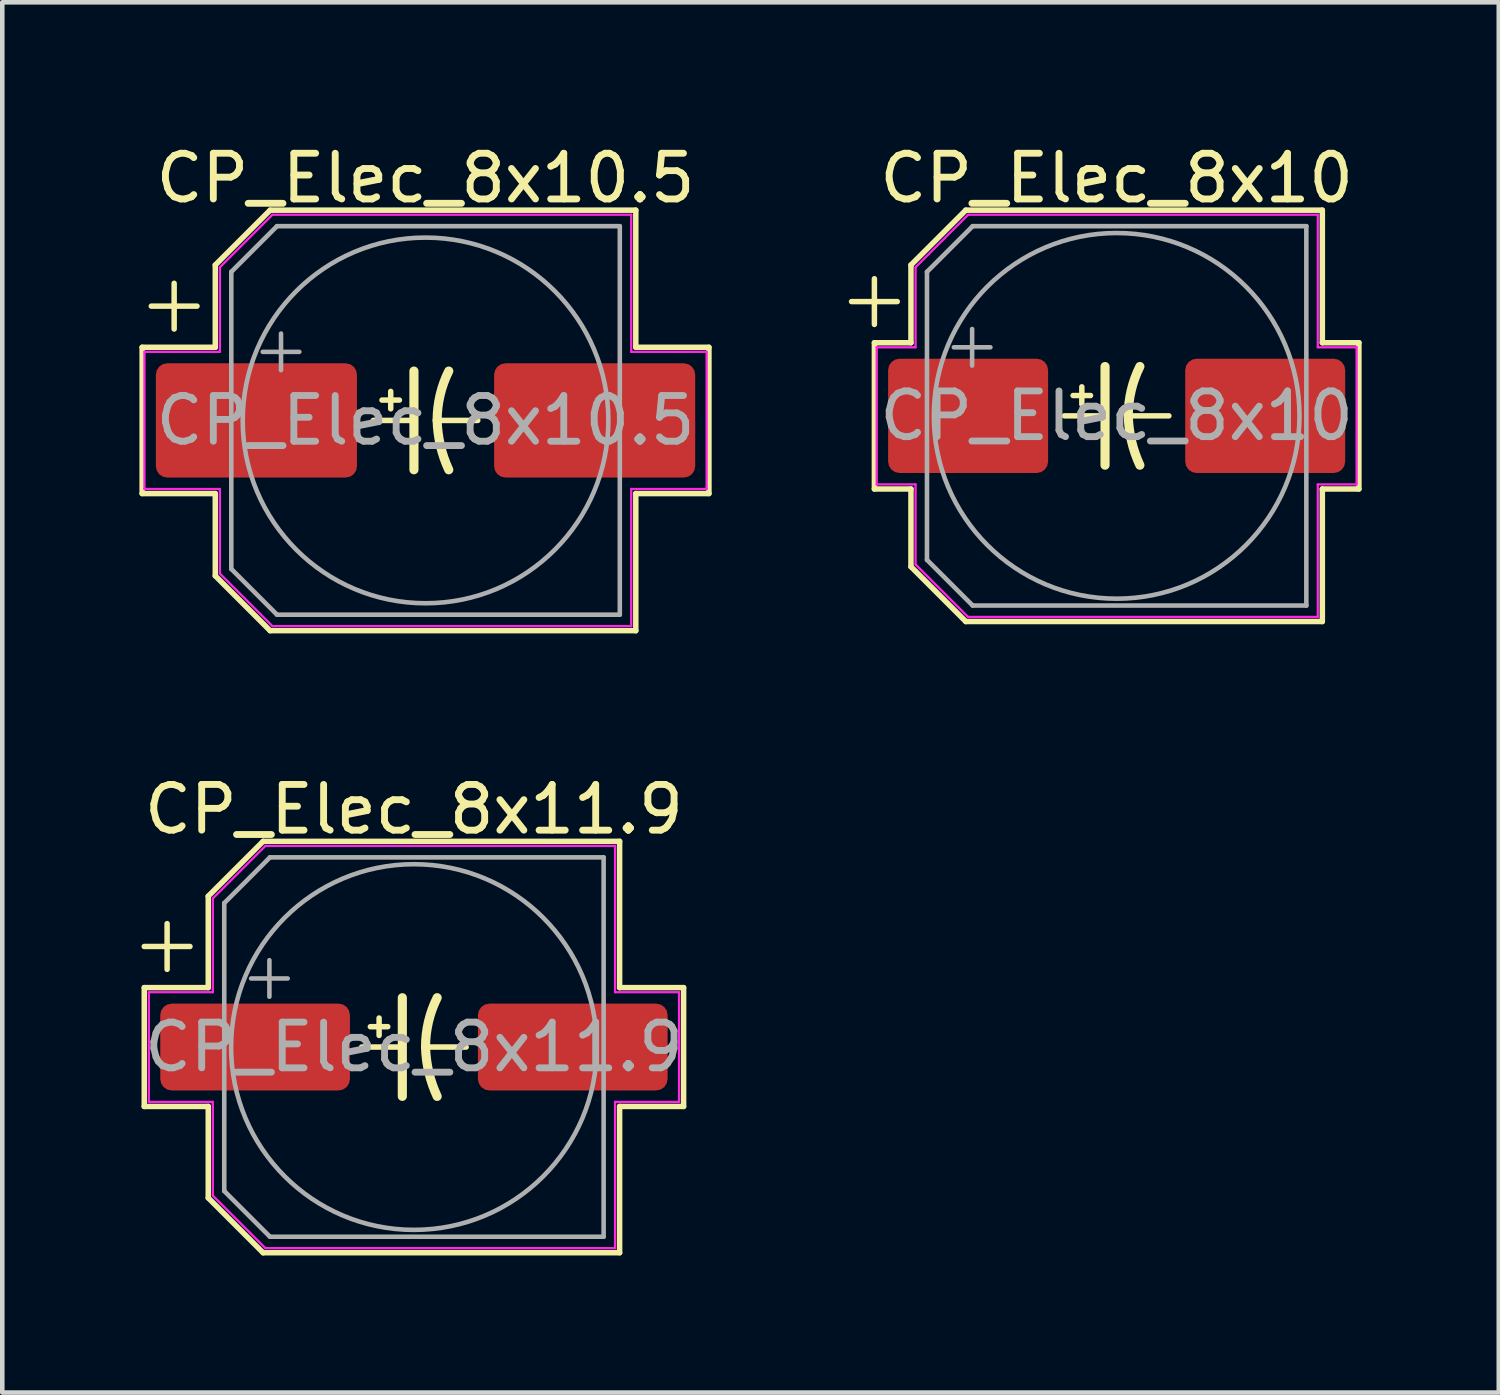
<source format=kicad_pcb>
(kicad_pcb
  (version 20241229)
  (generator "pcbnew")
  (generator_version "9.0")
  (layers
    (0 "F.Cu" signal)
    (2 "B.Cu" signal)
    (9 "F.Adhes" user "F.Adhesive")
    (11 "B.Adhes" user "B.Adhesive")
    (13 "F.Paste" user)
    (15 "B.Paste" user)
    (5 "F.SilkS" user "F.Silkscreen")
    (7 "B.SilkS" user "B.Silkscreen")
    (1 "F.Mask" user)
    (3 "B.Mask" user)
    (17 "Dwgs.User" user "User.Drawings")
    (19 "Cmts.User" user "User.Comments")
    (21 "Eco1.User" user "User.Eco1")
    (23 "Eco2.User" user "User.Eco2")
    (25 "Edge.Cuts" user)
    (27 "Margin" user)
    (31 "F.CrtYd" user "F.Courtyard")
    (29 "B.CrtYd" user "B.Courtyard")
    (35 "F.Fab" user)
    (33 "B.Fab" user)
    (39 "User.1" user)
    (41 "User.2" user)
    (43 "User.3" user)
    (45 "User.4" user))
  (footprint "CP_Elec_8x10.5"
    (layer "F.Cu")
    (at 6.26 6.148)
    (property "Reference" "CP_Elec_8x10.5" (at 0 -5.3 0) (layer "F.SilkS") (effects (font (size 1 1) (thickness 0.15))))
    (attr smd)
    (fp_line (start -6.2 -1.6) (end -6.2 1.6) (stroke (width 0.12) (type solid)) (layer "F.SilkS"))
    (fp_line (start -6.2 1.6) (end -4.6 1.6) (stroke (width 0.12) (type solid)) (layer "F.SilkS"))
    (fp_line (start -6 -2.5) (end -5 -2.5) (stroke (width 0.12) (type solid)) (layer "F.SilkS"))
    (fp_line (start -5.5 -3) (end -5.5 -2) (stroke (width 0.12) (type solid)) (layer "F.SilkS"))
    (fp_line (start -4.6 -3.4) (end -4.6 -1.6) (stroke (width 0.12) (type solid)) (layer "F.SilkS"))
    (fp_line (start -4.6 -1.6) (end -6.2 -1.6) (stroke (width 0.12) (type solid)) (layer "F.SilkS"))
    (fp_line (start -4.6 1.6) (end -4.6 3.4) (stroke (width 0.12) (type solid)) (layer "F.SilkS"))
    (fp_line (start -4.6 3.4) (end -3.4 4.6) (stroke (width 0.12) (type solid)) (layer "F.SilkS"))
    (fp_line (start -3.4 -4.6) (end -4.6 -3.4) (stroke (width 0.12) (type solid)) (layer "F.SilkS"))
    (fp_line (start -3.4 4.6) (end 4.6 4.6) (stroke (width 0.12) (type solid)) (layer "F.SilkS"))
    (fp_line (start -1.143 0) (end -0.254 0) (stroke (width 0.12) (type solid)) (layer "F.SilkS"))
    (fp_line (start -0.762 -0.254) (end -0.762 -0.635) (stroke (width 0.12) (type solid)) (layer "F.SilkS"))
    (fp_line (start -0.572 -0.445) (end -0.953 -0.445) (stroke (width 0.12) (type solid)) (layer "F.SilkS"))
    (fp_line (start -0.254 -1.079) (end -0.254 1.079) (stroke (width 0.2) (type solid)) (layer "F.SilkS"))
    (fp_line (start 1.143 0) (end 0.254 0) (stroke (width 0.12) (type solid)) (layer "F.SilkS"))
    (fp_line (start 4.6 -4.6) (end -3.4 -4.6) (stroke (width 0.12) (type solid)) (layer "F.SilkS"))
    (fp_line (start 4.6 -1.6) (end 4.6 -4.6) (stroke (width 0.12) (type solid)) (layer "F.SilkS"))
    (fp_line (start 4.6 1.6) (end 6.2 1.6) (stroke (width 0.12) (type solid)) (layer "F.SilkS"))
    (fp_line (start 4.6 4.6) (end 4.6 1.6) (stroke (width 0.12) (type solid)) (layer "F.SilkS"))
    (fp_line (start 6.2 -1.6) (end 4.6 -1.6) (stroke (width 0.12) (type solid)) (layer "F.SilkS"))
    (fp_line (start 6.2 1.6) (end 6.2 -1.6) (stroke (width 0.12) (type solid)) (layer "F.SilkS"))
    (fp_arc (start 0.254 0) (mid 0.318254 -0.554514) (end 0.508 -1.0795) (stroke (width 0.2) (type solid)) (layer "F.SilkS"))
    (fp_arc (start 0.508 1.0795) (mid 0.32588 0.552719) (end 0.254 0) (stroke (width 0.2) (type solid)) (layer "F.SilkS"))
    (fp_line (start -6.15 -1.5) (end -6.15 1.5) (stroke (width 0.05) (type solid)) (layer "F.CrtYd"))
    (fp_line (start -6.15 1.5) (end -4.5 1.5) (stroke (width 0.05) (type solid)) (layer "F.CrtYd"))
    (fp_line (start -4.5 -3.35) (end -4.5 -1.5) (stroke (width 0.05) (type solid)) (layer "F.CrtYd"))
    (fp_line (start -4.5 -3.35) (end -3.35 -4.5) (stroke (width 0.05) (type solid)) (layer "F.CrtYd"))
    (fp_line (start -4.5 -1.5) (end -6.15 -1.5) (stroke (width 0.05) (type solid)) (layer "F.CrtYd"))
    (fp_line (start -4.5 1.5) (end -4.5 3.35) (stroke (width 0.05) (type solid)) (layer "F.CrtYd"))
    (fp_line (start -4.5 3.35) (end -3.35 4.5) (stroke (width 0.05) (type solid)) (layer "F.CrtYd"))
    (fp_line (start -3.35 -4.5) (end 4.5 -4.5) (stroke (width 0.05) (type solid)) (layer "F.CrtYd"))
    (fp_line (start -3.35 4.5) (end 4.5 4.5) (stroke (width 0.05) (type solid)) (layer "F.CrtYd"))
    (fp_line (start 4.5 -4.5) (end 4.5 -1.5) (stroke (width 0.05) (type solid)) (layer "F.CrtYd"))
    (fp_line (start 4.5 -1.5) (end 6.15 -1.5) (stroke (width 0.05) (type solid)) (layer "F.CrtYd"))
    (fp_line (start 4.5 1.5) (end 4.5 4.5) (stroke (width 0.05) (type solid)) (layer "F.CrtYd"))
    (fp_line (start 6.15 -1.5) (end 6.15 1.5) (stroke (width 0.05) (type solid)) (layer "F.CrtYd"))
    (fp_line (start 6.15 1.5) (end 4.5 1.5) (stroke (width 0.05) (type solid)) (layer "F.CrtYd"))
    (fp_line (start -4.25 -3.25) (end -4.25 3.25) (stroke (width 0.1) (type solid)) (layer "F.Fab"))
    (fp_line (start -4.25 -3.25) (end -3.25 -4.25) (stroke (width 0.1) (type solid)) (layer "F.Fab"))
    (fp_line (start -4.25 3.25) (end -3.25 4.25) (stroke (width 0.1) (type solid)) (layer "F.Fab"))
    (fp_line (start -3.562 -1.5) (end -2.762 -1.5) (stroke (width 0.1) (type solid)) (layer "F.Fab"))
    (fp_line (start -3.25 -4.25) (end 4.25 -4.25) (stroke (width 0.1) (type solid)) (layer "F.Fab"))
    (fp_line (start -3.25 4.25) (end 4.25 4.25) (stroke (width 0.1) (type solid)) (layer "F.Fab"))
    (fp_line (start -3.162 -1.9) (end -3.162 -1.1) (stroke (width 0.1) (type solid)) (layer "F.Fab"))
    (fp_line (start 4.25 -4.25) (end 4.25 4.25) (stroke (width 0.1) (type solid)) (layer "F.Fab"))
    (fp_circle (center 0 0) (end 4 0) (stroke (width 0.1) (type solid)) (fill no) (layer "F.Fab"))
    (fp_text user "${REFERENCE}" (at 0 0 0) (layer "F.Fab") (effects (font (size 1 1) (thickness 0.15))))
    (pad "1" smd roundrect (at -3.7 0) (size 4.4 2.5) (layers "F.Cu" "F.Mask" "F.Paste") (roundrect_rratio 0.1))
    (pad "2" smd roundrect (at 3.7 0) (size 4.4 2.5) (layers "F.Cu" "F.Mask" "F.Paste") (roundrect_rratio 0.1)))
  (footprint "CP_Elec_8x11.9"
    (layer "F.Cu")
    (at 6.006 19.857)
    (property "Reference" "CP_Elec_8x11.9" (at 0 -5.2 0) (layer "F.SilkS") (effects (font (size 1 1) (thickness 0.15))))
    (attr smd)
    (fp_line (start -5.9 -2.2) (end -4.9 -2.2) (stroke (width 0.12) (type solid)) (layer "F.SilkS"))
    (fp_line (start -5.9 -1.3) (end -5.9 1.3) (stroke (width 0.12) (type solid)) (layer "F.SilkS"))
    (fp_line (start -5.9 1.3) (end -4.5 1.3) (stroke (width 0.12) (type solid)) (layer "F.SilkS"))
    (fp_line (start -5.4 -2.7) (end -5.4 -1.7) (stroke (width 0.12) (type solid)) (layer "F.SilkS"))
    (fp_line (start -4.5 -3.3) (end -4.5 -1.3) (stroke (width 0.12) (type solid)) (layer "F.SilkS"))
    (fp_line (start -4.5 -1.3) (end -5.9 -1.3) (stroke (width 0.12) (type solid)) (layer "F.SilkS"))
    (fp_line (start -4.5 1.3) (end -4.5 3.3) (stroke (width 0.12) (type solid)) (layer "F.SilkS"))
    (fp_line (start -4.5 3.3) (end -3.3 4.5) (stroke (width 0.12) (type solid)) (layer "F.SilkS"))
    (fp_line (start -3.3 -4.5) (end -4.5 -3.3) (stroke (width 0.12) (type solid)) (layer "F.SilkS"))
    (fp_line (start -3.3 4.5) (end 4.5 4.5) (stroke (width 0.12) (type solid)) (layer "F.SilkS"))
    (fp_line (start -1.143 0) (end -0.254 0) (stroke (width 0.12) (type solid)) (layer "F.SilkS"))
    (fp_line (start -0.762 -0.254) (end -0.762 -0.635) (stroke (width 0.12) (type solid)) (layer "F.SilkS"))
    (fp_line (start -0.572 -0.445) (end -0.953 -0.445) (stroke (width 0.12) (type solid)) (layer "F.SilkS"))
    (fp_line (start -0.254 -1.079) (end -0.254 1.079) (stroke (width 0.2) (type solid)) (layer "F.SilkS"))
    (fp_line (start 1.143 0) (end 0.254 0) (stroke (width 0.12) (type solid)) (layer "F.SilkS"))
    (fp_line (start 4.5 -4.5) (end -3.3 -4.5) (stroke (width 0.12) (type solid)) (layer "F.SilkS"))
    (fp_line (start 4.5 -1.3) (end 4.5 -4.5) (stroke (width 0.12) (type solid)) (layer "F.SilkS"))
    (fp_line (start 4.5 1.3) (end 5.9 1.3) (stroke (width 0.12) (type solid)) (layer "F.SilkS"))
    (fp_line (start 4.5 4.5) (end 4.5 1.3) (stroke (width 0.12) (type solid)) (layer "F.SilkS"))
    (fp_line (start 5.9 -1.3) (end 4.5 -1.3) (stroke (width 0.12) (type solid)) (layer "F.SilkS"))
    (fp_line (start 5.9 1.3) (end 5.9 -1.3) (stroke (width 0.12) (type solid)) (layer "F.SilkS"))
    (fp_arc (start 0.254 0) (mid 0.318254 -0.554514) (end 0.508 -1.0795) (stroke (width 0.2) (type solid)) (layer "F.SilkS"))
    (fp_arc (start 0.508 1.0795) (mid 0.32588 0.552719) (end 0.254 0) (stroke (width 0.2) (type solid)) (layer "F.SilkS"))
    (fp_line (start -5.8 -1.2) (end -5.8 1.2) (stroke (width 0.05) (type solid)) (layer "F.CrtYd"))
    (fp_line (start -5.8 1.2) (end -4.4 1.2) (stroke (width 0.05) (type solid)) (layer "F.CrtYd"))
    (fp_line (start -4.4 -3.25) (end -4.4 -1.2) (stroke (width 0.05) (type solid)) (layer "F.CrtYd"))
    (fp_line (start -4.4 -3.25) (end -3.25 -4.4) (stroke (width 0.05) (type solid)) (layer "F.CrtYd"))
    (fp_line (start -4.4 -1.2) (end -5.8 -1.2) (stroke (width 0.05) (type solid)) (layer "F.CrtYd"))
    (fp_line (start -4.4 1.2) (end -4.4 3.25) (stroke (width 0.05) (type solid)) (layer "F.CrtYd"))
    (fp_line (start -4.4 3.25) (end -3.25 4.4) (stroke (width 0.05) (type solid)) (layer "F.CrtYd"))
    (fp_line (start -3.25 -4.4) (end 4.4 -4.4) (stroke (width 0.05) (type solid)) (layer "F.CrtYd"))
    (fp_line (start -3.25 4.4) (end 4.4 4.4) (stroke (width 0.05) (type solid)) (layer "F.CrtYd"))
    (fp_line (start 4.4 -4.4) (end 4.4 -1.2) (stroke (width 0.05) (type solid)) (layer "F.CrtYd"))
    (fp_line (start 4.4 -1.2) (end 5.8 -1.2) (stroke (width 0.05) (type solid)) (layer "F.CrtYd"))
    (fp_line (start 4.4 1.2) (end 4.4 4.4) (stroke (width 0.05) (type solid)) (layer "F.CrtYd"))
    (fp_line (start 5.8 -1.2) (end 5.8 1.2) (stroke (width 0.05) (type solid)) (layer "F.CrtYd"))
    (fp_line (start 5.8 1.2) (end 4.4 1.2) (stroke (width 0.05) (type solid)) (layer "F.CrtYd"))
    (fp_line (start -4.15 -3.15) (end -4.15 3.15) (stroke (width 0.1) (type solid)) (layer "F.Fab"))
    (fp_line (start -4.15 -3.15) (end -3.15 -4.15) (stroke (width 0.1) (type solid)) (layer "F.Fab"))
    (fp_line (start -4.15 3.15) (end -3.15 4.15) (stroke (width 0.1) (type solid)) (layer "F.Fab"))
    (fp_line (start -3.562 -1.5) (end -2.762 -1.5) (stroke (width 0.1) (type solid)) (layer "F.Fab"))
    (fp_line (start -3.162 -1.9) (end -3.162 -1.1) (stroke (width 0.1) (type solid)) (layer "F.Fab"))
    (fp_line (start -3.15 -4.15) (end 4.15 -4.15) (stroke (width 0.1) (type solid)) (layer "F.Fab"))
    (fp_line (start -3.15 4.15) (end 4.15 4.15) (stroke (width 0.1) (type solid)) (layer "F.Fab"))
    (fp_line (start 4.15 -4.15) (end 4.15 4.15) (stroke (width 0.1) (type solid)) (layer "F.Fab"))
    (fp_circle (center 0 0) (end 4 0) (stroke (width 0.1) (type solid)) (fill no) (layer "F.Fab"))
    (fp_text user "${REFERENCE}" (at 0 0 0) (layer "F.Fab") (effects (font (size 1 1) (thickness 0.15))))
    (pad "1" smd roundrect (at -3.475 0) (size 4.15 1.9) (layers "F.Cu" "F.Mask" "F.Paste") (roundrect_rratio 0.132))
    (pad "2" smd roundrect (at 3.475 0) (size 4.15 1.9) (layers "F.Cu" "F.Mask" "F.Paste") (roundrect_rratio 0.132)))
  (footprint "CP_Elec_8x10"
    (layer "F.Cu")
    (at 21.38 6.048)
    (property "Reference" "CP_Elec_8x10" (at 0 -5.2 0) (layer "F.SilkS") (effects (font (size 1 1) (thickness 0.15))))
    (attr smd)
    (fp_line (start -5.8 -2.5) (end -4.8 -2.5) (stroke (width 0.12) (type solid)) (layer "F.SilkS"))
    (fp_line (start -5.3 -3) (end -5.3 -2) (stroke (width 0.12) (type solid)) (layer "F.SilkS"))
    (fp_line (start -5.3 -1.6) (end -5.3 1.6) (stroke (width 0.12) (type solid)) (layer "F.SilkS"))
    (fp_line (start -5.3 1.6) (end -4.5 1.6) (stroke (width 0.12) (type solid)) (layer "F.SilkS"))
    (fp_line (start -4.5 -3.3) (end -4.5 -1.6) (stroke (width 0.12) (type solid)) (layer "F.SilkS"))
    (fp_line (start -4.5 -1.6) (end -5.3 -1.6) (stroke (width 0.12) (type solid)) (layer "F.SilkS"))
    (fp_line (start -4.5 1.6) (end -4.5 3.3) (stroke (width 0.12) (type solid)) (layer "F.SilkS"))
    (fp_line (start -4.5 3.3) (end -3.3 4.5) (stroke (width 0.12) (type solid)) (layer "F.SilkS"))
    (fp_line (start -3.3 -4.5) (end -4.5 -3.3) (stroke (width 0.12) (type solid)) (layer "F.SilkS"))
    (fp_line (start -3.3 4.5) (end 4.5 4.5) (stroke (width 0.12) (type solid)) (layer "F.SilkS"))
    (fp_line (start -1.143 0) (end -0.254 0) (stroke (width 0.12) (type solid)) (layer "F.SilkS"))
    (fp_line (start -0.762 -0.254) (end -0.762 -0.635) (stroke (width 0.12) (type solid)) (layer "F.SilkS"))
    (fp_line (start -0.572 -0.445) (end -0.953 -0.445) (stroke (width 0.12) (type solid)) (layer "F.SilkS"))
    (fp_line (start -0.254 -1.079) (end -0.254 1.079) (stroke (width 0.2) (type solid)) (layer "F.SilkS"))
    (fp_line (start 1.143 0) (end 0.254 0) (stroke (width 0.12) (type solid)) (layer "F.SilkS"))
    (fp_line (start 4.5 -4.5) (end -3.3 -4.5) (stroke (width 0.12) (type solid)) (layer "F.SilkS"))
    (fp_line (start 4.5 -1.6) (end 4.5 -4.5) (stroke (width 0.12) (type solid)) (layer "F.SilkS"))
    (fp_line (start 4.5 1.6) (end 5.3 1.6) (stroke (width 0.12) (type solid)) (layer "F.SilkS"))
    (fp_line (start 4.5 4.5) (end 4.5 1.6) (stroke (width 0.12) (type solid)) (layer "F.SilkS"))
    (fp_line (start 5.3 -1.6) (end 4.5 -1.6) (stroke (width 0.12) (type solid)) (layer "F.SilkS"))
    (fp_line (start 5.3 1.6) (end 5.3 -1.6) (stroke (width 0.12) (type solid)) (layer "F.SilkS"))
    (fp_arc (start 0.254 0) (mid 0.318254 -0.554514) (end 0.508 -1.0795) (stroke (width 0.2) (type solid)) (layer "F.SilkS"))
    (fp_arc (start 0.508 1.0795) (mid 0.32588 0.552719) (end 0.254 0) (stroke (width 0.2) (type solid)) (layer "F.SilkS"))
    (fp_line (start -5.25 -1.5) (end -5.25 1.5) (stroke (width 0.05) (type solid)) (layer "F.CrtYd"))
    (fp_line (start -5.25 1.5) (end -4.4 1.5) (stroke (width 0.05) (type solid)) (layer "F.CrtYd"))
    (fp_line (start -4.4 -3.25) (end -4.4 -1.5) (stroke (width 0.05) (type solid)) (layer "F.CrtYd"))
    (fp_line (start -4.4 -3.25) (end -3.25 -4.4) (stroke (width 0.05) (type solid)) (layer "F.CrtYd"))
    (fp_line (start -4.4 -1.5) (end -5.25 -1.5) (stroke (width 0.05) (type solid)) (layer "F.CrtYd"))
    (fp_line (start -4.4 1.5) (end -4.4 3.25) (stroke (width 0.05) (type solid)) (layer "F.CrtYd"))
    (fp_line (start -4.4 3.25) (end -3.25 4.4) (stroke (width 0.05) (type solid)) (layer "F.CrtYd"))
    (fp_line (start -3.25 -4.4) (end 4.4 -4.4) (stroke (width 0.05) (type solid)) (layer "F.CrtYd"))
    (fp_line (start -3.25 4.4) (end 4.4 4.4) (stroke (width 0.05) (type solid)) (layer "F.CrtYd"))
    (fp_line (start 4.4 -4.4) (end 4.4 -1.5) (stroke (width 0.05) (type solid)) (layer "F.CrtYd"))
    (fp_line (start 4.4 -1.5) (end 5.25 -1.5) (stroke (width 0.05) (type solid)) (layer "F.CrtYd"))
    (fp_line (start 4.4 1.5) (end 4.4 4.4) (stroke (width 0.05) (type solid)) (layer "F.CrtYd"))
    (fp_line (start 5.25 -1.5) (end 5.25 1.5) (stroke (width 0.05) (type solid)) (layer "F.CrtYd"))
    (fp_line (start 5.25 1.5) (end 4.4 1.5) (stroke (width 0.05) (type solid)) (layer "F.CrtYd"))
    (fp_line (start -4.15 -3.15) (end -4.15 3.15) (stroke (width 0.1) (type solid)) (layer "F.Fab"))
    (fp_line (start -4.15 -3.15) (end -3.15 -4.15) (stroke (width 0.1) (type solid)) (layer "F.Fab"))
    (fp_line (start -4.15 3.15) (end -3.15 4.15) (stroke (width 0.1) (type solid)) (layer "F.Fab"))
    (fp_line (start -3.562 -1.5) (end -2.762 -1.5) (stroke (width 0.1) (type solid)) (layer "F.Fab"))
    (fp_line (start -3.162 -1.9) (end -3.162 -1.1) (stroke (width 0.1) (type solid)) (layer "F.Fab"))
    (fp_line (start -3.15 -4.15) (end 4.15 -4.15) (stroke (width 0.1) (type solid)) (layer "F.Fab"))
    (fp_line (start -3.15 4.15) (end 4.15 4.15) (stroke (width 0.1) (type solid)) (layer "F.Fab"))
    (fp_line (start 4.15 -4.15) (end 4.15 4.15) (stroke (width 0.1) (type solid)) (layer "F.Fab"))
    (fp_circle (center 0 0) (end 4 0) (stroke (width 0.1) (type solid)) (fill no) (layer "F.Fab"))
    (fp_text user "${REFERENCE}" (at 0 0 0) (layer "F.Fab") (effects (font (size 1 1) (thickness 0.15))))
    (pad "1" smd roundrect (at -3.25 0) (size 3.5 2.5) (layers "F.Cu" "F.Mask" "F.Paste") (roundrect_rratio 0.1))
    (pad "2" smd roundrect (at 3.25 0) (size 3.5 2.5) (layers "F.Cu" "F.Mask" "F.Paste") (roundrect_rratio 0.1)))
  (gr_rect
    (start -3 -3)
    (end 29.74 27.416)
    (stroke (width 0.1) (type default))
    (fill no)
    (layer "Edge.Cuts")))
</source>
